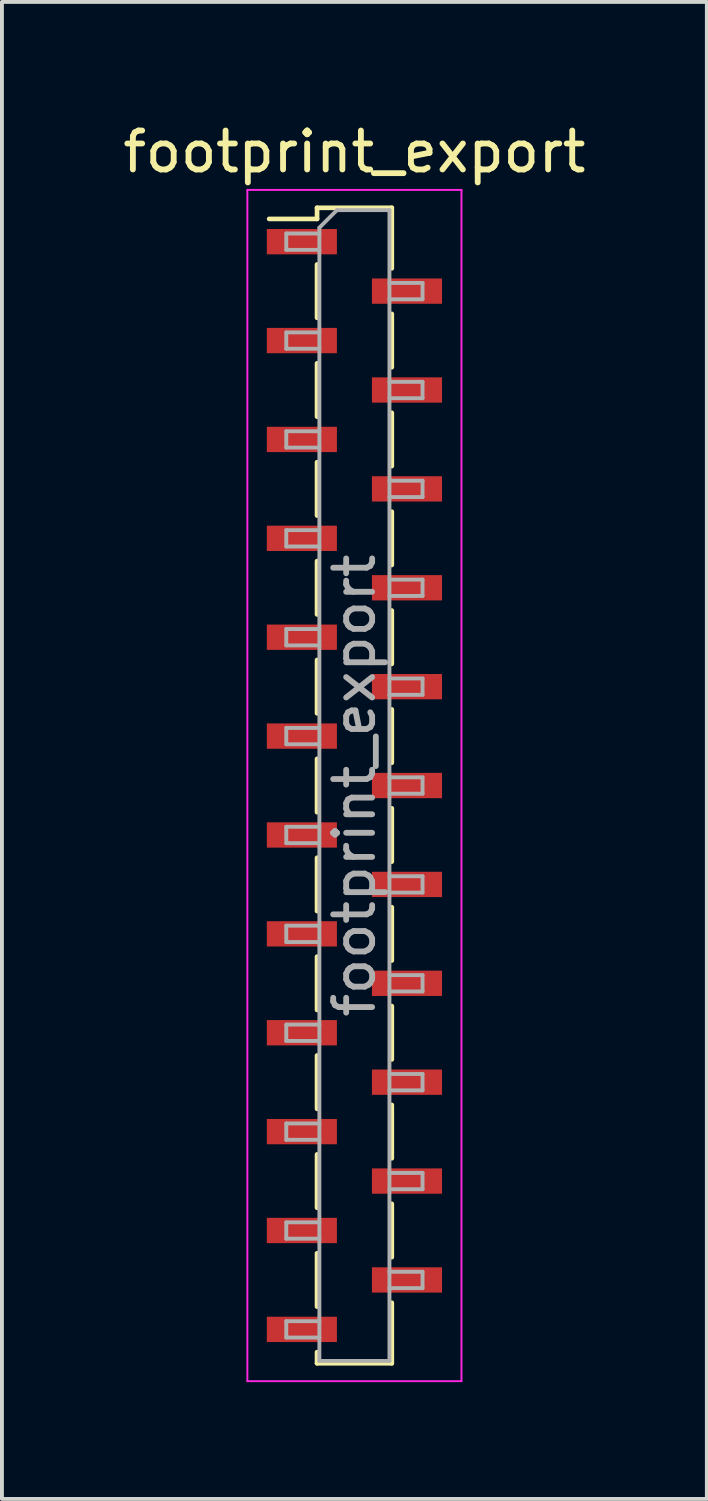
<source format=kicad_pcb>
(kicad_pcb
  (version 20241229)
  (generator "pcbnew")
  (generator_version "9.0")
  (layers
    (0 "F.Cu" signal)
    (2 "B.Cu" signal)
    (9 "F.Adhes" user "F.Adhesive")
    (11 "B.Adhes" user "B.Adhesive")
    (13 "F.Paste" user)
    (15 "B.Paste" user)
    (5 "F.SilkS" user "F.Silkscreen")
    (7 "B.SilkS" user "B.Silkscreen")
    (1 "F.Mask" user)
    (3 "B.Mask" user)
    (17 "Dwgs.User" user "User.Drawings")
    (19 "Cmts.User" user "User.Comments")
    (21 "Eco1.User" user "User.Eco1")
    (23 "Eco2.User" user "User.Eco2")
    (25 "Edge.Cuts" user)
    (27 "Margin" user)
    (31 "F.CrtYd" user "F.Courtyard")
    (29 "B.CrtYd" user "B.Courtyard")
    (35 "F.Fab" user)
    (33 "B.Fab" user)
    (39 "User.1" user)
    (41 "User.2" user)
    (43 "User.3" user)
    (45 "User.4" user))
  (footprint "footprint_export"
    (layer "F.Cu")
    (at 6.054 17.128)
    (property "Reference" "footprint_export" (at 0 -16.28 0) (layer "F.SilkS") (effects (font (size 1 1) (thickness 0.15))))
    (attr smd)
    (fp_line (start -2.19 -14.555) (end -0.96 -14.555) (stroke (width 0.12) (type solid)) (layer "F.SilkS"))
    (fp_line (start -0.96 -14.84) (end -0.96 -14.555) (stroke (width 0.12) (type solid)) (layer "F.SilkS"))
    (fp_line (start -0.96 -14.84) (end 0.96 -14.84) (stroke (width 0.12) (type solid)) (layer "F.SilkS"))
    (fp_line (start -0.96 -13.385) (end -0.96 -12.015) (stroke (width 0.12) (type solid)) (layer "F.SilkS"))
    (fp_line (start -0.96 -10.845) (end -0.96 -9.475) (stroke (width 0.12) (type solid)) (layer "F.SilkS"))
    (fp_line (start -0.96 -8.305) (end -0.96 -6.935) (stroke (width 0.12) (type solid)) (layer "F.SilkS"))
    (fp_line (start -0.96 -5.765) (end -0.96 -4.395) (stroke (width 0.12) (type solid)) (layer "F.SilkS"))
    (fp_line (start -0.96 -3.225) (end -0.96 -1.855) (stroke (width 0.12) (type solid)) (layer "F.SilkS"))
    (fp_line (start -0.96 -0.685) (end -0.96 0.685) (stroke (width 0.12) (type solid)) (layer "F.SilkS"))
    (fp_line (start -0.96 1.855) (end -0.96 3.225) (stroke (width 0.12) (type solid)) (layer "F.SilkS"))
    (fp_line (start -0.96 4.395) (end -0.96 5.765) (stroke (width 0.12) (type solid)) (layer "F.SilkS"))
    (fp_line (start -0.96 6.935) (end -0.96 8.305) (stroke (width 0.12) (type solid)) (layer "F.SilkS"))
    (fp_line (start -0.96 9.475) (end -0.96 10.845) (stroke (width 0.12) (type solid)) (layer "F.SilkS"))
    (fp_line (start -0.96 12.015) (end -0.96 13.385) (stroke (width 0.12) (type solid)) (layer "F.SilkS"))
    (fp_line (start -0.96 14.555) (end -0.96 14.84) (stroke (width 0.12) (type solid)) (layer "F.SilkS"))
    (fp_line (start -0.96 14.84) (end 0.96 14.84) (stroke (width 0.12) (type solid)) (layer "F.SilkS"))
    (fp_line (start 0.96 -14.84) (end 0.96 -13.285) (stroke (width 0.12) (type solid)) (layer "F.SilkS"))
    (fp_line (start 0.96 -12.115) (end 0.96 -10.745) (stroke (width 0.12) (type solid)) (layer "F.SilkS"))
    (fp_line (start 0.96 -9.575) (end 0.96 -8.205) (stroke (width 0.12) (type solid)) (layer "F.SilkS"))
    (fp_line (start 0.96 -7.035) (end 0.96 -5.665) (stroke (width 0.12) (type solid)) (layer "F.SilkS"))
    (fp_line (start 0.96 -4.495) (end 0.96 -3.125) (stroke (width 0.12) (type solid)) (layer "F.SilkS"))
    (fp_line (start 0.96 -1.955) (end 0.96 -0.585) (stroke (width 0.12) (type solid)) (layer "F.SilkS"))
    (fp_line (start 0.96 0.585) (end 0.96 1.955) (stroke (width 0.12) (type solid)) (layer "F.SilkS"))
    (fp_line (start 0.96 3.125) (end 0.96 4.495) (stroke (width 0.12) (type solid)) (layer "F.SilkS"))
    (fp_line (start 0.96 5.665) (end 0.96 7.035) (stroke (width 0.12) (type solid)) (layer "F.SilkS"))
    (fp_line (start 0.96 8.205) (end 0.96 9.575) (stroke (width 0.12) (type solid)) (layer "F.SilkS"))
    (fp_line (start 0.96 10.745) (end 0.96 12.115) (stroke (width 0.12) (type solid)) (layer "F.SilkS"))
    (fp_line (start 0.96 13.285) (end 0.96 14.84) (stroke (width 0.12) (type solid)) (layer "F.SilkS"))
    (fp_line (start -2.75 -15.3) (end 2.75 -15.3) (stroke (width 0.05) (type solid)) (layer "F.CrtYd"))
    (fp_line (start -2.75 15.3) (end -2.75 -15.3) (stroke (width 0.05) (type solid)) (layer "F.CrtYd"))
    (fp_line (start 2.75 -15.3) (end 2.75 15.3) (stroke (width 0.05) (type solid)) (layer "F.CrtYd"))
    (fp_line (start 2.75 15.3) (end -2.75 15.3) (stroke (width 0.05) (type solid)) (layer "F.CrtYd"))
    (fp_line (start -1.75 -14.18) (end -0.9 -14.18) (stroke (width 0.1) (type solid)) (layer "F.Fab"))
    (fp_line (start -1.75 -13.76) (end -1.75 -14.18) (stroke (width 0.1) (type solid)) (layer "F.Fab"))
    (fp_line (start -1.75 -11.64) (end -0.9 -11.64) (stroke (width 0.1) (type solid)) (layer "F.Fab"))
    (fp_line (start -1.75 -11.22) (end -1.75 -11.64) (stroke (width 0.1) (type solid)) (layer "F.Fab"))
    (fp_line (start -1.75 -9.1) (end -0.9 -9.1) (stroke (width 0.1) (type solid)) (layer "F.Fab"))
    (fp_line (start -1.75 -8.68) (end -1.75 -9.1) (stroke (width 0.1) (type solid)) (layer "F.Fab"))
    (fp_line (start -1.75 -6.56) (end -0.9 -6.56) (stroke (width 0.1) (type solid)) (layer "F.Fab"))
    (fp_line (start -1.75 -6.14) (end -1.75 -6.56) (stroke (width 0.1) (type solid)) (layer "F.Fab"))
    (fp_line (start -1.75 -4.02) (end -0.9 -4.02) (stroke (width 0.1) (type solid)) (layer "F.Fab"))
    (fp_line (start -1.75 -3.6) (end -1.75 -4.02) (stroke (width 0.1) (type solid)) (layer "F.Fab"))
    (fp_line (start -1.75 -1.48) (end -0.9 -1.48) (stroke (width 0.1) (type solid)) (layer "F.Fab"))
    (fp_line (start -1.75 -1.06) (end -1.75 -1.48) (stroke (width 0.1) (type solid)) (layer "F.Fab"))
    (fp_line (start -1.75 1.06) (end -0.9 1.06) (stroke (width 0.1) (type solid)) (layer "F.Fab"))
    (fp_line (start -1.75 1.48) (end -1.75 1.06) (stroke (width 0.1) (type solid)) (layer "F.Fab"))
    (fp_line (start -1.75 3.6) (end -0.9 3.6) (stroke (width 0.1) (type solid)) (layer "F.Fab"))
    (fp_line (start -1.75 4.02) (end -1.75 3.6) (stroke (width 0.1) (type solid)) (layer "F.Fab"))
    (fp_line (start -1.75 6.14) (end -0.9 6.14) (stroke (width 0.1) (type solid)) (layer "F.Fab"))
    (fp_line (start -1.75 6.56) (end -1.75 6.14) (stroke (width 0.1) (type solid)) (layer "F.Fab"))
    (fp_line (start -1.75 8.68) (end -0.9 8.68) (stroke (width 0.1) (type solid)) (layer "F.Fab"))
    (fp_line (start -1.75 9.1) (end -1.75 8.68) (stroke (width 0.1) (type solid)) (layer "F.Fab"))
    (fp_line (start -1.75 11.22) (end -0.9 11.22) (stroke (width 0.1) (type solid)) (layer "F.Fab"))
    (fp_line (start -1.75 11.64) (end -1.75 11.22) (stroke (width 0.1) (type solid)) (layer "F.Fab"))
    (fp_line (start -1.75 13.76) (end -0.9 13.76) (stroke (width 0.1) (type solid)) (layer "F.Fab"))
    (fp_line (start -1.75 14.18) (end -1.75 13.76) (stroke (width 0.1) (type solid)) (layer "F.Fab"))
    (fp_line (start -0.9 -14.33) (end -0.45 -14.78) (stroke (width 0.1) (type solid)) (layer "F.Fab"))
    (fp_line (start -0.9 -13.76) (end -1.75 -13.76) (stroke (width 0.1) (type solid)) (layer "F.Fab"))
    (fp_line (start -0.9 -11.22) (end -1.75 -11.22) (stroke (width 0.1) (type solid)) (layer "F.Fab"))
    (fp_line (start -0.9 -8.68) (end -1.75 -8.68) (stroke (width 0.1) (type solid)) (layer "F.Fab"))
    (fp_line (start -0.9 -6.14) (end -1.75 -6.14) (stroke (width 0.1) (type solid)) (layer "F.Fab"))
    (fp_line (start -0.9 -3.6) (end -1.75 -3.6) (stroke (width 0.1) (type solid)) (layer "F.Fab"))
    (fp_line (start -0.9 -1.06) (end -1.75 -1.06) (stroke (width 0.1) (type solid)) (layer "F.Fab"))
    (fp_line (start -0.9 1.48) (end -1.75 1.48) (stroke (width 0.1) (type solid)) (layer "F.Fab"))
    (fp_line (start -0.9 4.02) (end -1.75 4.02) (stroke (width 0.1) (type solid)) (layer "F.Fab"))
    (fp_line (start -0.9 6.56) (end -1.75 6.56) (stroke (width 0.1) (type solid)) (layer "F.Fab"))
    (fp_line (start -0.9 9.1) (end -1.75 9.1) (stroke (width 0.1) (type solid)) (layer "F.Fab"))
    (fp_line (start -0.9 11.64) (end -1.75 11.64) (stroke (width 0.1) (type solid)) (layer "F.Fab"))
    (fp_line (start -0.9 14.18) (end -1.75 14.18) (stroke (width 0.1) (type solid)) (layer "F.Fab"))
    (fp_line (start -0.9 14.78) (end -0.9 -14.33) (stroke (width 0.1) (type solid)) (layer "F.Fab"))
    (fp_line (start -0.45 -14.78) (end 0.9 -14.78) (stroke (width 0.1) (type solid)) (layer "F.Fab"))
    (fp_line (start 0.9 -14.78) (end 0.9 14.78) (stroke (width 0.1) (type solid)) (layer "F.Fab"))
    (fp_line (start 0.9 -12.91) (end 1.75 -12.91) (stroke (width 0.1) (type solid)) (layer "F.Fab"))
    (fp_line (start 0.9 -10.37) (end 1.75 -10.37) (stroke (width 0.1) (type solid)) (layer "F.Fab"))
    (fp_line (start 0.9 -7.83) (end 1.75 -7.83) (stroke (width 0.1) (type solid)) (layer "F.Fab"))
    (fp_line (start 0.9 -5.29) (end 1.75 -5.29) (stroke (width 0.1) (type solid)) (layer "F.Fab"))
    (fp_line (start 0.9 -2.75) (end 1.75 -2.75) (stroke (width 0.1) (type solid)) (layer "F.Fab"))
    (fp_line (start 0.9 -0.21) (end 1.75 -0.21) (stroke (width 0.1) (type solid)) (layer "F.Fab"))
    (fp_line (start 0.9 2.33) (end 1.75 2.33) (stroke (width 0.1) (type solid)) (layer "F.Fab"))
    (fp_line (start 0.9 4.87) (end 1.75 4.87) (stroke (width 0.1) (type solid)) (layer "F.Fab"))
    (fp_line (start 0.9 7.41) (end 1.75 7.41) (stroke (width 0.1) (type solid)) (layer "F.Fab"))
    (fp_line (start 0.9 9.95) (end 1.75 9.95) (stroke (width 0.1) (type solid)) (layer "F.Fab"))
    (fp_line (start 0.9 12.49) (end 1.75 12.49) (stroke (width 0.1) (type solid)) (layer "F.Fab"))
    (fp_line (start 0.9 14.78) (end -0.9 14.78) (stroke (width 0.1) (type solid)) (layer "F.Fab"))
    (fp_line (start 1.75 -12.91) (end 1.75 -12.49) (stroke (width 0.1) (type solid)) (layer "F.Fab"))
    (fp_line (start 1.75 -12.49) (end 0.9 -12.49) (stroke (width 0.1) (type solid)) (layer "F.Fab"))
    (fp_line (start 1.75 -10.37) (end 1.75 -9.95) (stroke (width 0.1) (type solid)) (layer "F.Fab"))
    (fp_line (start 1.75 -9.95) (end 0.9 -9.95) (stroke (width 0.1) (type solid)) (layer "F.Fab"))
    (fp_line (start 1.75 -7.83) (end 1.75 -7.41) (stroke (width 0.1) (type solid)) (layer "F.Fab"))
    (fp_line (start 1.75 -7.41) (end 0.9 -7.41) (stroke (width 0.1) (type solid)) (layer "F.Fab"))
    (fp_line (start 1.75 -5.29) (end 1.75 -4.87) (stroke (width 0.1) (type solid)) (layer "F.Fab"))
    (fp_line (start 1.75 -4.87) (end 0.9 -4.87) (stroke (width 0.1) (type solid)) (layer "F.Fab"))
    (fp_line (start 1.75 -2.75) (end 1.75 -2.33) (stroke (width 0.1) (type solid)) (layer "F.Fab"))
    (fp_line (start 1.75 -2.33) (end 0.9 -2.33) (stroke (width 0.1) (type solid)) (layer "F.Fab"))
    (fp_line (start 1.75 -0.21) (end 1.75 0.21) (stroke (width 0.1) (type solid)) (layer "F.Fab"))
    (fp_line (start 1.75 0.21) (end 0.9 0.21) (stroke (width 0.1) (type solid)) (layer "F.Fab"))
    (fp_line (start 1.75 2.33) (end 1.75 2.75) (stroke (width 0.1) (type solid)) (layer "F.Fab"))
    (fp_line (start 1.75 2.75) (end 0.9 2.75) (stroke (width 0.1) (type solid)) (layer "F.Fab"))
    (fp_line (start 1.75 4.87) (end 1.75 5.29) (stroke (width 0.1) (type solid)) (layer "F.Fab"))
    (fp_line (start 1.75 5.29) (end 0.9 5.29) (stroke (width 0.1) (type solid)) (layer "F.Fab"))
    (fp_line (start 1.75 7.41) (end 1.75 7.83) (stroke (width 0.1) (type solid)) (layer "F.Fab"))
    (fp_line (start 1.75 7.83) (end 0.9 7.83) (stroke (width 0.1) (type solid)) (layer "F.Fab"))
    (fp_line (start 1.75 9.95) (end 1.75 10.37) (stroke (width 0.1) (type solid)) (layer "F.Fab"))
    (fp_line (start 1.75 10.37) (end 0.9 10.37) (stroke (width 0.1) (type solid)) (layer "F.Fab"))
    (fp_line (start 1.75 12.49) (end 1.75 12.91) (stroke (width 0.1) (type solid)) (layer "F.Fab"))
    (fp_line (start 1.75 12.91) (end 0.9 12.91) (stroke (width 0.1) (type solid)) (layer "F.Fab"))
    (fp_text user "${REFERENCE}" (at 0 0 90) (layer "F.Fab") (effects (font (size 1 1) (thickness 0.15))))
    (pad "1" smd rect (at -1.35 -13.97) (size 1.8 0.65) (layers "F.Cu" "F.Mask" "F.Paste"))
    (pad "2" smd rect (at 1.35 -12.7) (size 1.8 0.65) (layers "F.Cu" "F.Mask" "F.Paste"))
    (pad "3" smd rect (at -1.35 -11.43) (size 1.8 0.65) (layers "F.Cu" "F.Mask" "F.Paste"))
    (pad "4" smd rect (at 1.35 -10.16) (size 1.8 0.65) (layers "F.Cu" "F.Mask" "F.Paste"))
    (pad "5" smd rect (at -1.35 -8.89) (size 1.8 0.65) (layers "F.Cu" "F.Mask" "F.Paste"))
    (pad "6" smd rect (at 1.35 -7.62) (size 1.8 0.65) (layers "F.Cu" "F.Mask" "F.Paste"))
    (pad "7" smd rect (at -1.35 -6.35) (size 1.8 0.65) (layers "F.Cu" "F.Mask" "F.Paste"))
    (pad "8" smd rect (at 1.35 -5.08) (size 1.8 0.65) (layers "F.Cu" "F.Mask" "F.Paste"))
    (pad "9" smd rect (at -1.35 -3.81) (size 1.8 0.65) (layers "F.Cu" "F.Mask" "F.Paste"))
    (pad "10" smd rect (at 1.35 -2.54) (size 1.8 0.65) (layers "F.Cu" "F.Mask" "F.Paste"))
    (pad "11" smd rect (at -1.35 -1.27) (size 1.8 0.65) (layers "F.Cu" "F.Mask" "F.Paste"))
    (pad "12" smd rect (at 1.35 0) (size 1.8 0.65) (layers "F.Cu" "F.Mask" "F.Paste"))
    (pad "13" smd rect (at -1.35 1.27) (size 1.8 0.65) (layers "F.Cu" "F.Mask" "F.Paste"))
    (pad "14" smd rect (at 1.35 2.54) (size 1.8 0.65) (layers "F.Cu" "F.Mask" "F.Paste"))
    (pad "15" smd rect (at -1.35 3.81) (size 1.8 0.65) (layers "F.Cu" "F.Mask" "F.Paste"))
    (pad "16" smd rect (at 1.35 5.08) (size 1.8 0.65) (layers "F.Cu" "F.Mask" "F.Paste"))
    (pad "17" smd rect (at -1.35 6.35) (size 1.8 0.65) (layers "F.Cu" "F.Mask" "F.Paste"))
    (pad "18" smd rect (at 1.35 7.62) (size 1.8 0.65) (layers "F.Cu" "F.Mask" "F.Paste"))
    (pad "19" smd rect (at -1.35 8.89) (size 1.8 0.65) (layers "F.Cu" "F.Mask" "F.Paste"))
    (pad "20" smd rect (at 1.35 10.16) (size 1.8 0.65) (layers "F.Cu" "F.Mask" "F.Paste"))
    (pad "21" smd rect (at -1.35 11.43) (size 1.8 0.65) (layers "F.Cu" "F.Mask" "F.Paste"))
    (pad "22" smd rect (at 1.35 12.7) (size 1.8 0.65) (layers "F.Cu" "F.Mask" "F.Paste"))
    (pad "23" smd rect (at -1.35 13.97) (size 1.8 0.65) (layers "F.Cu" "F.Mask" "F.Paste")))
  (gr_rect
    (start -3 -3)
    (end 15.107 35.453)
    (stroke (width 0.1) (type default))
    (fill no)
    (layer "Edge.Cuts")))
</source>
